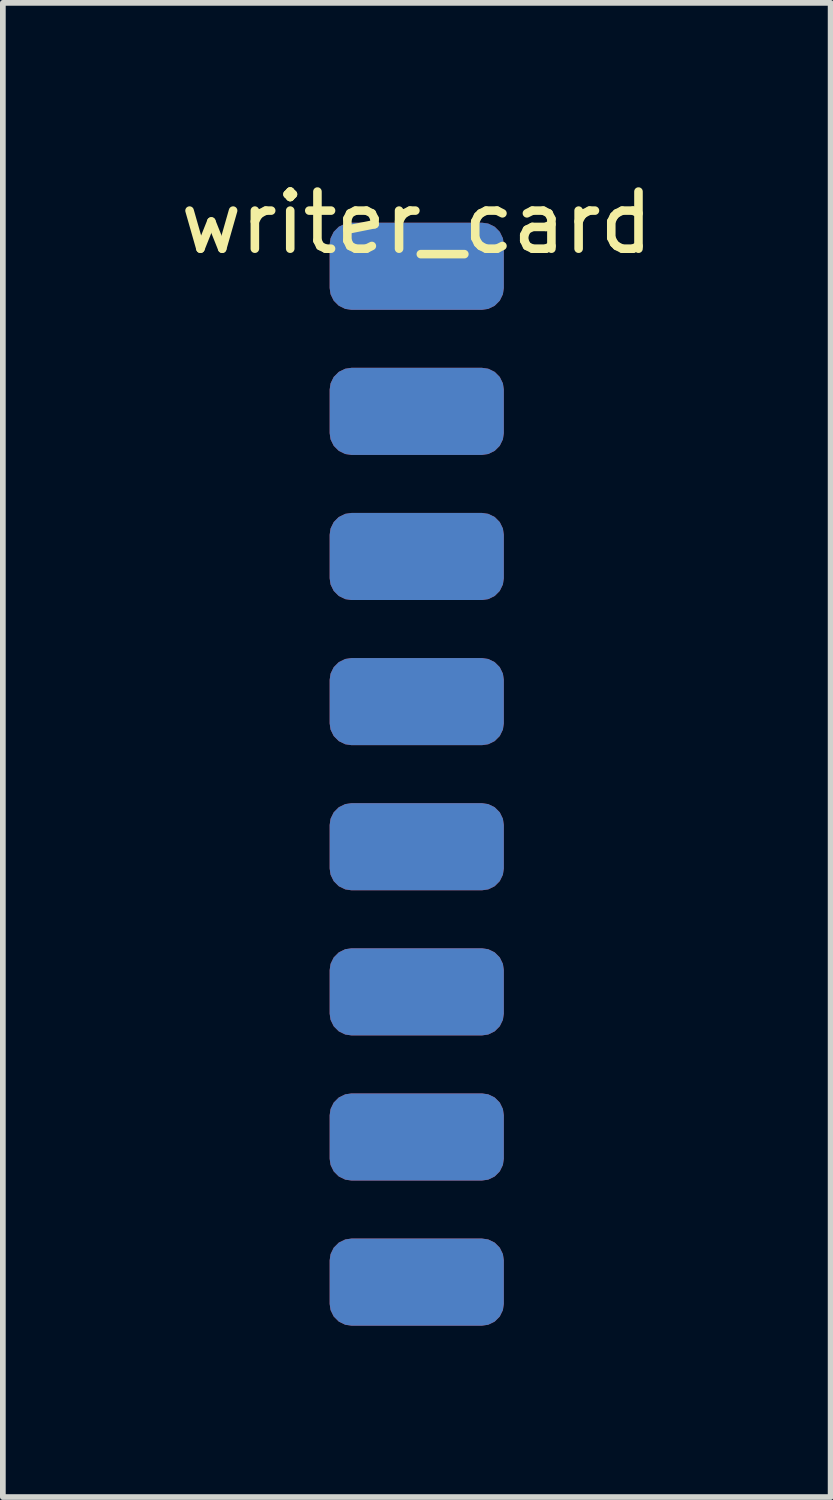
<source format=kicad_pcb>
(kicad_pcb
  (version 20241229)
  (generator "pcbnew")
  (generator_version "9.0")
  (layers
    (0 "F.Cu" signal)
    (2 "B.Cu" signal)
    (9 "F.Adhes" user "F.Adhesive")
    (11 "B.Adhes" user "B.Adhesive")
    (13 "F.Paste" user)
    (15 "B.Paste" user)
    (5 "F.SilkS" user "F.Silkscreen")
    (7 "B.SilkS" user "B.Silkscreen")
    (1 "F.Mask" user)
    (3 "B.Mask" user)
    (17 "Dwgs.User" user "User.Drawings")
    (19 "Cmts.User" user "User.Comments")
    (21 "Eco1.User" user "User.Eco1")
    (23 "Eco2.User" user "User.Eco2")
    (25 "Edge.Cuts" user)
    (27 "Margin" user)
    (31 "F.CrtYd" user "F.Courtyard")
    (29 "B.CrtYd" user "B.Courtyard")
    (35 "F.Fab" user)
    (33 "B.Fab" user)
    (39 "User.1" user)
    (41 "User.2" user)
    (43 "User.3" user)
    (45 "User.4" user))
  (footprint "writer_card"
    (layer "F.Cu")
    (at 4.244 1.61)
    (property "Reference" "writer_card" (at 0 -0.762 180) (layer "F.SilkS") (effects (font (size 1 1) (thickness 0.15))))
    (attr through_hole)
    (pad "1" smd roundrect (at 0 0) (size 3.048 1.524) (layers "F.Cu" "F.Mask" "F.Paste") (roundrect_rratio 0.25))
    (pad "1" smd roundrect (at 0 0 180) (size 3.048 1.524) (layers "B.Cu" "B.Mask" "B.Paste") (roundrect_rratio 0.25))
    (pad "2" smd roundrect (at 0 2.54) (size 3.048 1.524) (layers "F.Cu" "F.Mask" "F.Paste") (roundrect_rratio 0.25))
    (pad "2" smd roundrect (at 0 2.54 180) (size 3.048 1.524) (layers "B.Cu" "B.Mask" "B.Paste") (roundrect_rratio 0.25))
    (pad "3" smd roundrect (at 0 5.08) (size 3.048 1.524) (layers "F.Cu" "F.Mask" "F.Paste") (roundrect_rratio 0.25))
    (pad "3" smd roundrect (at 0 5.08 180) (size 3.048 1.524) (layers "B.Cu" "B.Mask" "B.Paste") (roundrect_rratio 0.25))
    (pad "4" smd roundrect (at 0 7.62) (size 3.048 1.524) (layers "F.Cu" "F.Mask" "F.Paste") (roundrect_rratio 0.25))
    (pad "4" smd roundrect (at 0 7.62 180) (size 3.048 1.524) (layers "B.Cu" "B.Mask" "B.Paste") (roundrect_rratio 0.25))
    (pad "5" smd roundrect (at 0 10.16) (size 3.048 1.524) (layers "F.Cu" "F.Mask" "F.Paste") (roundrect_rratio 0.25))
    (pad "5" smd roundrect (at 0 10.16 180) (size 3.048 1.524) (layers "B.Cu" "B.Mask" "B.Paste") (roundrect_rratio 0.25))
    (pad "6" smd roundrect (at 0 12.7) (size 3.048 1.524) (layers "F.Cu" "F.Mask" "F.Paste") (roundrect_rratio 0.25))
    (pad "6" smd roundrect (at 0 12.7 180) (size 3.048 1.524) (layers "B.Cu" "B.Mask" "B.Paste") (roundrect_rratio 0.25))
    (pad "7" smd roundrect (at 0 15.24) (size 3.048 1.524) (layers "F.Cu" "F.Mask" "F.Paste") (roundrect_rratio 0.25))
    (pad "7" smd roundrect (at 0 15.24 180) (size 3.048 1.524) (layers "B.Cu" "B.Mask" "B.Paste") (roundrect_rratio 0.25))
    (pad "8" smd roundrect (at 0 17.78) (size 3.048 1.524) (layers "F.Cu" "F.Mask" "F.Paste") (roundrect_rratio 0.25))
    (pad "8" smd roundrect (at 0 17.78 180) (size 3.048 1.524) (layers "B.Cu" "B.Mask" "B.Paste") (roundrect_rratio 0.25)))
  (gr_rect
    (start -3 -3)
    (end 11.488 23.152)
    (stroke (width 0.1) (type default))
    (fill no)
    (layer "Edge.Cuts")))
</source>
